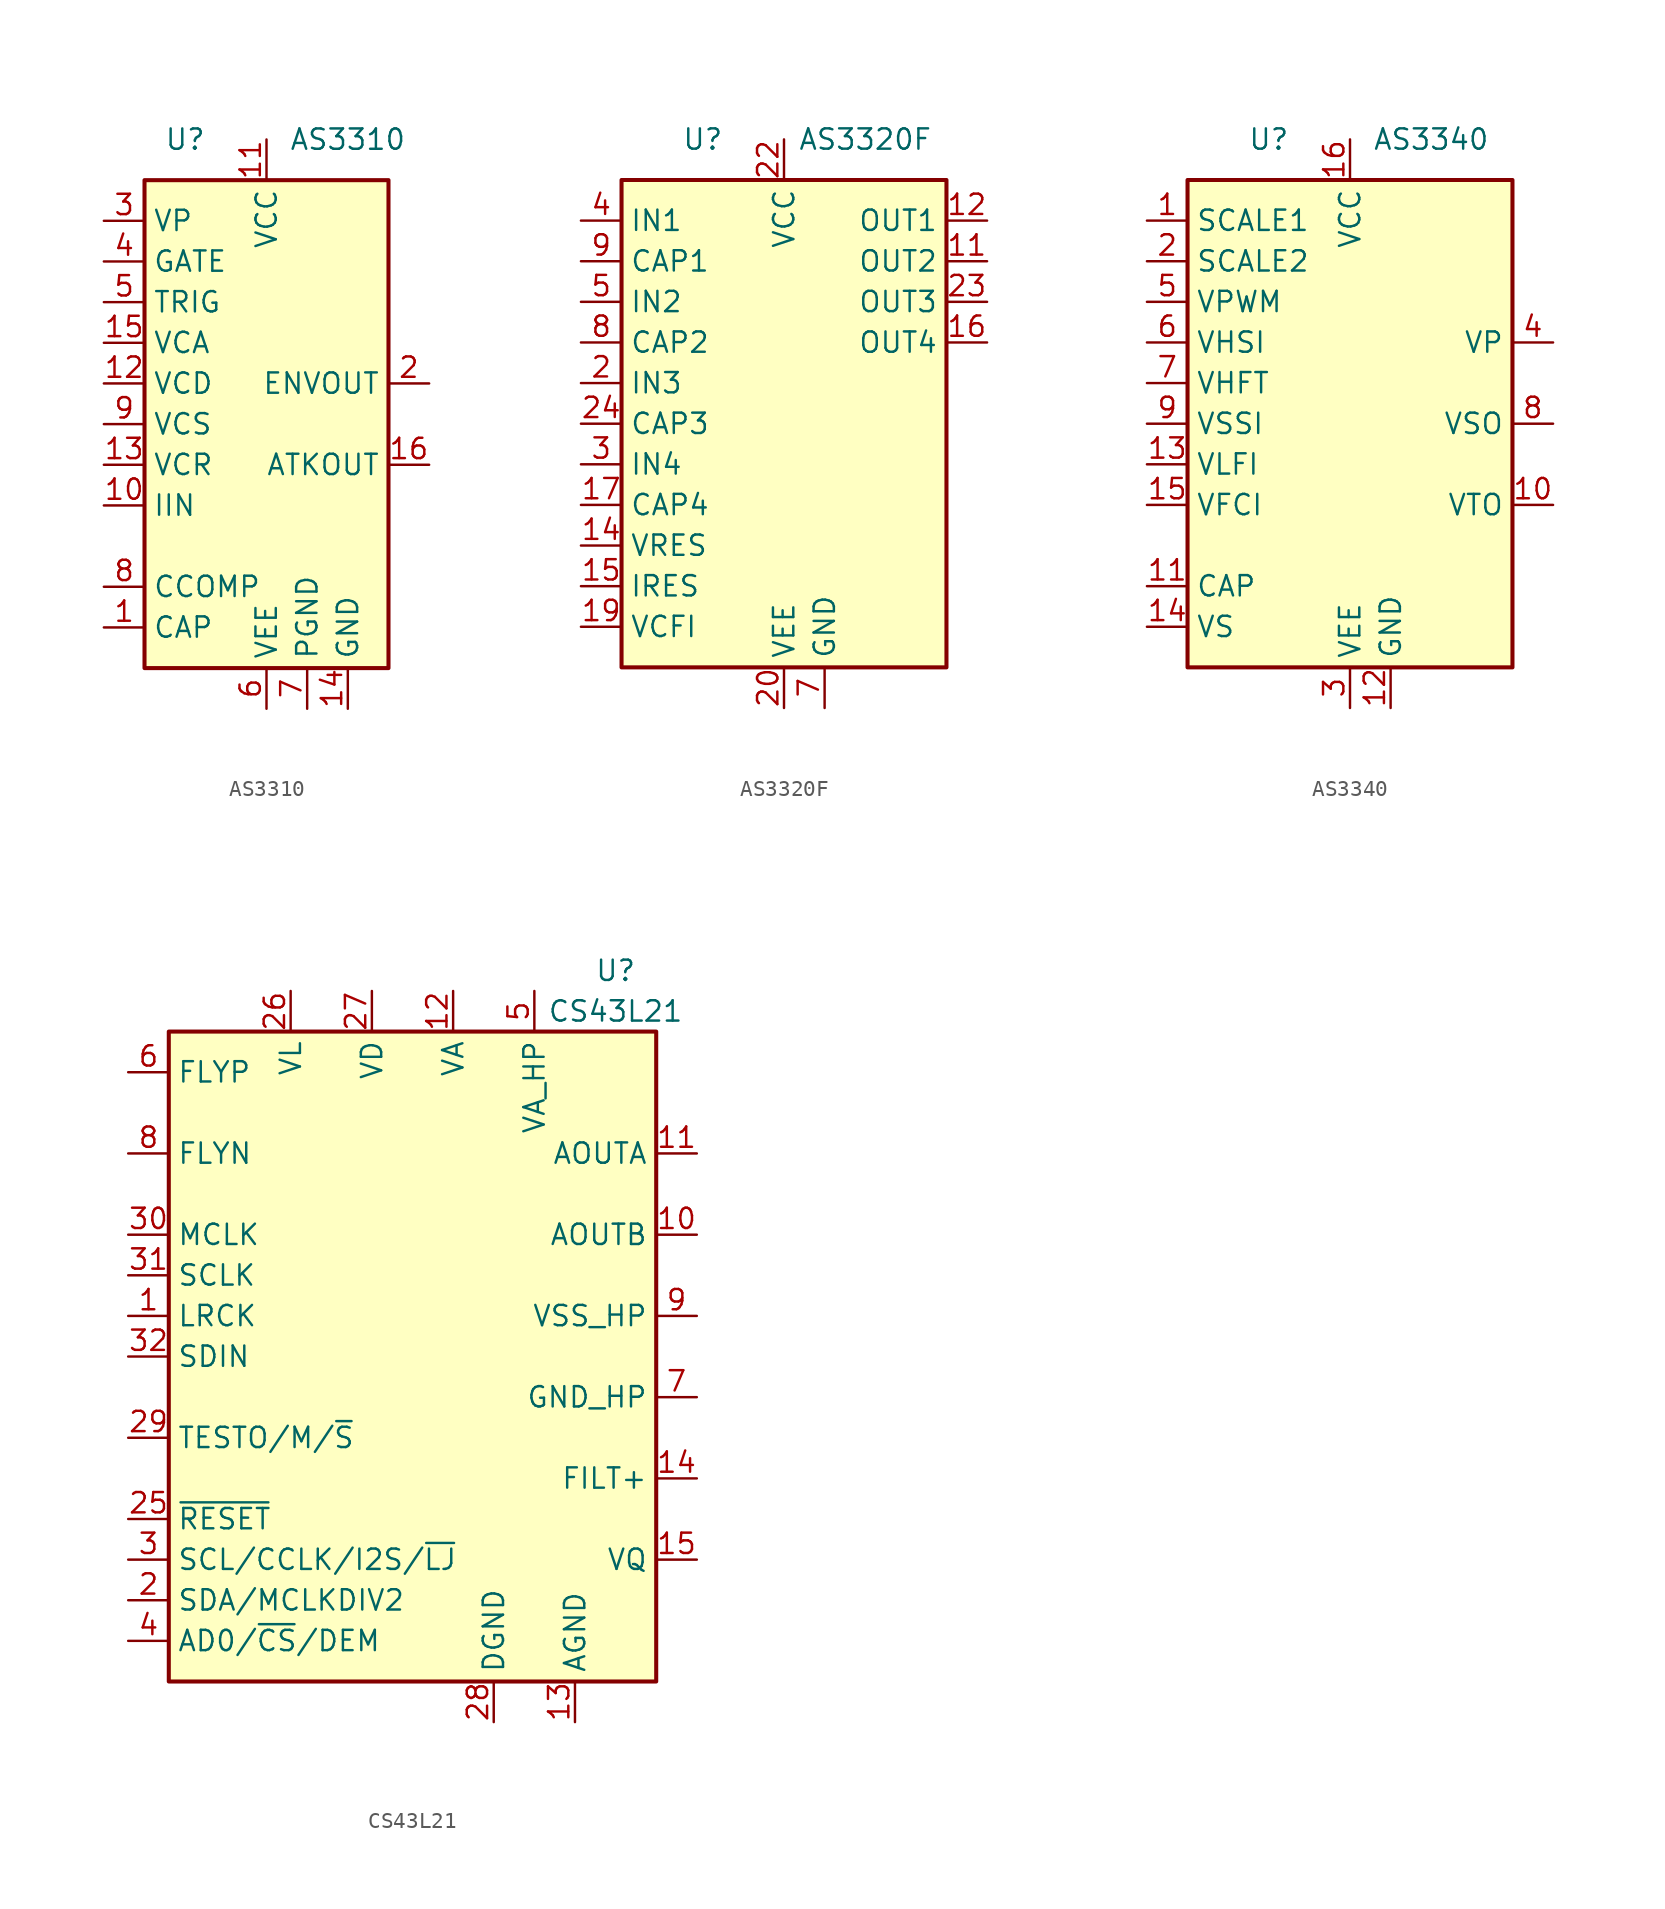
<source format=kicad_sym>
(kicad_symbol_lib
  (version 20231120)
  (generator "kicad_symbol_editor")
  (generator_version "8.0")
  (symbol "AS3310"
    (property "Reference" "U"
      (at -5.08 17.78 0)
      (effects (font (size 1.27 1.27))))
    (property "Value" "AS3310"
      (at 5.08 17.78 0)
      (effects (font (size 1.27 1.27))))
    (symbol "AS3310_0_1"
      (rectangle (start 7.62 -15.24) (end -7.62 15.24) (stroke (width 0.254) (type solid)) (fill (type background))))
    (symbol "AS3310_1_1"
      (pin passive line (at -10.16 -12.7 0) (length 2.54) (name "CAP" (effects (font (size 1.27 1.27)))) (number "1" (effects (font (size 1.27 1.27)))))
      (pin input line (at -10.16 -5.08 0) (length 2.54) (name "IIN" (effects (font (size 1.27 1.27)))) (number "10" (effects (font (size 1.27 1.27)))))
      (pin power_in line (at 0 17.78 270) (length 2.54) (name "VCC" (effects (font (size 1.27 1.27)))) (number "11" (effects (font (size 1.27 1.27)))))
      (pin input line (at -10.16 2.54 0) (length 2.54) (name "VCD" (effects (font (size 1.27 1.27)))) (number "12" (effects (font (size 1.27 1.27)))))
      (pin input line (at -10.16 -2.54 0) (length 2.54) (name "VCR" (effects (font (size 1.27 1.27)))) (number "13" (effects (font (size 1.27 1.27)))))
      (pin power_in line (at 5.08 -17.78 90) (length 2.54) (name "GND" (effects (font (size 1.27 1.27)))) (number "14" (effects (font (size 1.27 1.27)))))
      (pin input line (at -10.16 5.08 0) (length 2.54) (name "VCA" (effects (font (size 1.27 1.27)))) (number "15" (effects (font (size 1.27 1.27)))))
      (pin output line (at 10.16 -2.54 180) (length 2.54) (name "ATKOUT" (effects (font (size 1.27 1.27)))) (number "16" (effects (font (size 1.27 1.27)))))
      (pin output line (at 10.16 2.54 180) (length 2.54) (name "ENVOUT" (effects (font (size 1.27 1.27)))) (number "2" (effects (font (size 1.27 1.27)))))
      (pin input line (at -10.16 12.7 0) (length 2.54) (name "VP" (effects (font (size 1.27 1.27)))) (number "3" (effects (font (size 1.27 1.27)))))
      (pin input line (at -10.16 10.16 0) (length 2.54) (name "GATE" (effects (font (size 1.27 1.27)))) (number "4" (effects (font (size 1.27 1.27)))))
      (pin input line (at -10.16 7.62 0) (length 2.54) (name "TRIG" (effects (font (size 1.27 1.27)))) (number "5" (effects (font (size 1.27 1.27)))))
      (pin power_in line (at 0 -17.78 90) (length 2.54) (name "VEE" (effects (font (size 1.27 1.27)))) (number "6" (effects (font (size 1.27 1.27)))))
      (pin power_in line (at 2.54 -17.78 90) (length 2.54) (name "PGND" (effects (font (size 1.27 1.27)))) (number "7" (effects (font (size 1.27 1.27)))))
      (pin passive line (at -10.16 -10.16 0) (length 2.54) (name "CCOMP" (effects (font (size 1.27 1.27)))) (number "8" (effects (font (size 1.27 1.27)))))
      (pin input line (at -10.16 0 0) (length 2.54) (name "VCS" (effects (font (size 1.27 1.27)))) (number "9" (effects (font (size 1.27 1.27)))))))
  (symbol "AS3320F"
    (property "Reference" "U"
      (at -5.08 17.78 0)
      (effects (font (size 1.27 1.27))))
    (property "Value" "AS3320F"
      (at 5.08 17.78 0)
      (effects (font (size 1.27 1.27))))
    (symbol "AS3320F_0_1"
      (rectangle (start -10.16 15.24) (end 10.16 -15.24) (stroke (width 0.254) (type solid)) (fill (type background))))
    (symbol "AS3320F_1_1"
      (pin no_connect line (at 10.16 0 180) (length 2.54) hide (name "NC" (effects (font (size 1.27 1.27)))) (number "1" (effects (font (size 1.27 1.27)))))
      (pin no_connect line (at 10.16 -5.08 180) (length 2.54) hide (name "NC" (effects (font (size 1.27 1.27)))) (number "10" (effects (font (size 1.27 1.27)))))
      (pin output line (at 12.7 10.16 180) (length 2.54) (name "OUT2" (effects (font (size 1.27 1.27)))) (number "11" (effects (font (size 1.27 1.27)))))
      (pin output line (at 12.7 12.7 180) (length 2.54) (name "OUT1" (effects (font (size 1.27 1.27)))) (number "12" (effects (font (size 1.27 1.27)))))
      (pin no_connect line (at 10.16 -7.62 180) (length 2.54) hide (name "NC" (effects (font (size 1.27 1.27)))) (number "13" (effects (font (size 1.27 1.27)))))
      (pin input line (at -12.7 -7.62 0) (length 2.54) (name "VRES" (effects (font (size 1.27 1.27)))) (number "14" (effects (font (size 1.27 1.27)))))
      (pin input line (at -12.7 -10.16 0) (length 2.54) (name "IRES" (effects (font (size 1.27 1.27)))) (number "15" (effects (font (size 1.27 1.27)))))
      (pin output line (at 12.7 5.08 180) (length 2.54) (name "OUT4" (effects (font (size 1.27 1.27)))) (number "16" (effects (font (size 1.27 1.27)))))
      (pin passive line (at -12.7 -5.08 0) (length 2.54) (name "CAP4" (effects (font (size 1.27 1.27)))) (number "17" (effects (font (size 1.27 1.27)))))
      (pin no_connect line (at 10.16 -10.16 180) (length 2.54) hide (name "NC" (effects (font (size 1.27 1.27)))) (number "18" (effects (font (size 1.27 1.27)))))
      (pin input line (at -12.7 -12.7 0) (length 2.54) (name "VCFI" (effects (font (size 1.27 1.27)))) (number "19" (effects (font (size 1.27 1.27)))))
      (pin input line (at -12.7 2.54 0) (length 2.54) (name "IN3" (effects (font (size 1.27 1.27)))) (number "2" (effects (font (size 1.27 1.27)))))
      (pin power_in line (at 0 -17.78 90) (length 2.54) (name "VEE" (effects (font (size 1.27 1.27)))) (number "20" (effects (font (size 1.27 1.27)))))
      (pin no_connect line (at 10.16 -12.7 180) (length 2.54) hide (name "NC" (effects (font (size 1.27 1.27)))) (number "21" (effects (font (size 1.27 1.27)))))
      (pin power_in line (at 0 17.78 270) (length 2.54) (name "VCC" (effects (font (size 1.27 1.27)))) (number "22" (effects (font (size 1.27 1.27)))))
      (pin output line (at 12.7 7.62 180) (length 2.54) (name "OUT3" (effects (font (size 1.27 1.27)))) (number "23" (effects (font (size 1.27 1.27)))))
      (pin passive line (at -12.7 0 0) (length 2.54) (name "CAP3" (effects (font (size 1.27 1.27)))) (number "24" (effects (font (size 1.27 1.27)))))
      (pin input line (at -12.7 -2.54 0) (length 2.54) (name "IN4" (effects (font (size 1.27 1.27)))) (number "3" (effects (font (size 1.27 1.27)))))
      (pin input line (at -12.7 12.7 0) (length 2.54) (name "IN1" (effects (font (size 1.27 1.27)))) (number "4" (effects (font (size 1.27 1.27)))))
      (pin input line (at -12.7 7.62 0) (length 2.54) (name "IN2" (effects (font (size 1.27 1.27)))) (number "5" (effects (font (size 1.27 1.27)))))
      (pin no_connect line (at 10.16 -2.54 180) (length 2.54) hide (name "NC" (effects (font (size 1.27 1.27)))) (number "6" (effects (font (size 1.27 1.27)))))
      (pin power_in line (at 2.54 -17.78 90) (length 2.54) (name "GND" (effects (font (size 1.27 1.27)))) (number "7" (effects (font (size 1.27 1.27)))))
      (pin passive line (at -12.7 5.08 0) (length 2.54) (name "CAP2" (effects (font (size 1.27 1.27)))) (number "8" (effects (font (size 1.27 1.27)))))
      (pin passive line (at -12.7 10.16 0) (length 2.54) (name "CAP1" (effects (font (size 1.27 1.27)))) (number "9" (effects (font (size 1.27 1.27)))))))
  (symbol "AS3340"
    (property "Reference" "U"
      (at -5.08 17.78 0)
      (effects (font (size 1.27 1.27))))
    (property "Value" "AS3340"
      (at 5.08 17.78 0)
      (effects (font (size 1.27 1.27))))
    (symbol "AS3340_0_1"
      (rectangle (start -10.16 15.24) (end 10.16 -15.24) (stroke (width 0.254) (type solid)) (fill (type background))))
    (symbol "AS3340_1_1"
      (pin input line (at -12.7 12.7 0) (length 2.54) (name "SCALE1" (effects (font (size 1.27 1.27)))) (number "1" (effects (font (size 1.27 1.27)))))
      (pin output line (at 12.7 -5.08 180) (length 2.54) (name "VTO" (effects (font (size 1.27 1.27)))) (number "10" (effects (font (size 1.27 1.27)))))
      (pin passive line (at -12.7 -10.16 0) (length 2.54) (name "CAP" (effects (font (size 1.27 1.27)))) (number "11" (effects (font (size 1.27 1.27)))))
      (pin power_in line (at 2.54 -17.78 90) (length 2.54) (name "GND" (effects (font (size 1.27 1.27)))) (number "12" (effects (font (size 1.27 1.27)))))
      (pin input line (at -12.7 -2.54 0) (length 2.54) (name "VLFI" (effects (font (size 1.27 1.27)))) (number "13" (effects (font (size 1.27 1.27)))))
      (pin passive line (at -12.7 -12.7 0) (length 2.54) (name "VS" (effects (font (size 1.27 1.27)))) (number "14" (effects (font (size 1.27 1.27)))))
      (pin input line (at -12.7 -5.08 0) (length 2.54) (name "VFCI" (effects (font (size 1.27 1.27)))) (number "15" (effects (font (size 1.27 1.27)))))
      (pin power_in line (at 0 17.78 270) (length 2.54) (name "VCC" (effects (font (size 1.27 1.27)))) (number "16" (effects (font (size 1.27 1.27)))))
      (pin input line (at -12.7 10.16 0) (length 2.54) (name "SCALE2" (effects (font (size 1.27 1.27)))) (number "2" (effects (font (size 1.27 1.27)))))
      (pin power_in line (at 0 -17.78 90) (length 2.54) (name "VEE" (effects (font (size 1.27 1.27)))) (number "3" (effects (font (size 1.27 1.27)))))
      (pin output line (at 12.7 5.08 180) (length 2.54) (name "VP" (effects (font (size 1.27 1.27)))) (number "4" (effects (font (size 1.27 1.27)))))
      (pin input line (at -12.7 7.62 0) (length 2.54) (name "VPWM" (effects (font (size 1.27 1.27)))) (number "5" (effects (font (size 1.27 1.27)))))
      (pin input line (at -12.7 5.08 0) (length 2.54) (name "VHSI" (effects (font (size 1.27 1.27)))) (number "6" (effects (font (size 1.27 1.27)))))
      (pin input line (at -12.7 2.54 0) (length 2.54) (name "VHFT" (effects (font (size 1.27 1.27)))) (number "7" (effects (font (size 1.27 1.27)))))
      (pin output line (at 12.7 0 180) (length 2.54) (name "VSO" (effects (font (size 1.27 1.27)))) (number "8" (effects (font (size 1.27 1.27)))))
      (pin input line (at -12.7 0 0) (length 2.54) (name "VSSI" (effects (font (size 1.27 1.27)))) (number "9" (effects (font (size 1.27 1.27)))))))
  (symbol "CS43L21"
    (property "Reference" "U"
      (at 12.7 24.13 0)
      (effects (font (size 1.27 1.27))))
    (property "Value" "CS43L21"
      (at 12.7 21.59 0)
      (effects (font (size 1.27 1.27))))
    (symbol "CS43L21_0_1"
      (rectangle (start -15.24 20.32) (end 15.24 -20.32) (stroke (width 0.254) (type solid)) (fill (type background))))
    (symbol "CS43L21_1_1"
      (pin bidirectional line (at -17.78 2.54 0) (length 2.54) (name "LRCK" (effects (font (size 1.27 1.27)))) (number "1" (effects (font (size 1.27 1.27)))))
      (pin output line (at 17.78 7.62 180) (length 2.54) (name "AOUTB" (effects (font (size 1.27 1.27)))) (number "10" (effects (font (size 1.27 1.27)))))
      (pin output line (at 17.78 12.7 180) (length 2.54) (name "AOUTA" (effects (font (size 1.27 1.27)))) (number "11" (effects (font (size 1.27 1.27)))))
      (pin input line (at 2.54 22.86 270) (length 2.54) (name "VA" (effects (font (size 1.27 1.27)))) (number "12" (effects (font (size 1.27 1.27)))))
      (pin power_in line (at 10.16 -22.86 90) (length 2.54) (name "AGND" (effects (font (size 1.27 1.27)))) (number "13" (effects (font (size 1.27 1.27)))))
      (pin output line (at 17.78 -7.62 180) (length 2.54) (name "FILT+" (effects (font (size 1.27 1.27)))) (number "14" (effects (font (size 1.27 1.27)))))
      (pin output line (at 17.78 -12.7 180) (length 2.54) (name "VQ" (effects (font (size 1.27 1.27)))) (number "15" (effects (font (size 1.27 1.27)))))
      (pin no_connect line (at -12.7 -20.32 90) (length 2.54) hide (name "NIC" (effects (font (size 1.27 1.27)))) (number "16" (effects (font (size 1.27 1.27)))))
      (pin no_connect line (at -10.16 -20.32 90) (length 2.54) hide (name "TSTO" (effects (font (size 1.27 1.27)))) (number "17" (effects (font (size 1.27 1.27)))))
      (pin no_connect line (at -7.62 -20.32 90) (length 2.54) hide (name "TSTO" (effects (font (size 1.27 1.27)))) (number "18" (effects (font (size 1.27 1.27)))))
      (pin no_connect line (at -5.08 -20.32 90) (length 2.54) hide (name "TSTO" (effects (font (size 1.27 1.27)))) (number "19" (effects (font (size 1.27 1.27)))))
      (pin bidirectional line (at -17.78 -15.24 0) (length 2.54) (name "SDA/MCLKDIV2" (effects (font (size 1.27 1.27)))) (number "2" (effects (font (size 1.27 1.27)))))
      (pin no_connect line (at -2.54 -20.32 90) (length 2.54) hide (name "TSTO" (effects (font (size 1.27 1.27)))) (number "20" (effects (font (size 1.27 1.27)))))
      (pin no_connect line (at 0 -20.32 90) (length 2.54) hide (name "TSTO" (effects (font (size 1.27 1.27)))) (number "21" (effects (font (size 1.27 1.27)))))
      (pin no_connect line (at 2.54 -20.32 90) (length 2.54) hide (name "TSTO" (effects (font (size 1.27 1.27)))) (number "22" (effects (font (size 1.27 1.27)))))
      (pin no_connect line (at 7.62 -20.32 90) (length 2.54) hide (name "TSTO" (effects (font (size 1.27 1.27)))) (number "23" (effects (font (size 1.27 1.27)))))
      (pin no_connect line (at 12.7 -20.32 90) (length 2.54) hide (name "TSTO" (effects (font (size 1.27 1.27)))) (number "24" (effects (font (size 1.27 1.27)))))
      (pin input line (at -17.78 -10.16 0) (length 2.54) (name "~{RESET}" (effects (font (size 1.27 1.27)))) (number "25" (effects (font (size 1.27 1.27)))))
      (pin input line (at -7.62 22.86 270) (length 2.54) (name "VL" (effects (font (size 1.27 1.27)))) (number "26" (effects (font (size 1.27 1.27)))))
      (pin power_in line (at -2.54 22.86 270) (length 2.54) (name "VD" (effects (font (size 1.27 1.27)))) (number "27" (effects (font (size 1.27 1.27)))))
      (pin power_in line (at 5.08 -22.86 90) (length 2.54) (name "DGND" (effects (font (size 1.27 1.27)))) (number "28" (effects (font (size 1.27 1.27)))))
      (pin input line (at -17.78 -5.08 0) (length 2.54) (name "TESTO/M/~{S}" (effects (font (size 1.27 1.27)))) (number "29" (effects (font (size 1.27 1.27)))))
      (pin input line (at -17.78 -12.7 0) (length 2.54) (name "SCL/CCLK/I2S/~{LJ}" (effects (font (size 1.27 1.27)))) (number "3" (effects (font (size 1.27 1.27)))))
      (pin input line (at -17.78 7.62 0) (length 2.54) (name "MCLK" (effects (font (size 1.27 1.27)))) (number "30" (effects (font (size 1.27 1.27)))))
      (pin input line (at -17.78 5.08 0) (length 2.54) (name "SCLK" (effects (font (size 1.27 1.27)))) (number "31" (effects (font (size 1.27 1.27)))))
      (pin input line (at -17.78 0 0) (length 2.54) (name "SDIN" (effects (font (size 1.27 1.27)))) (number "32" (effects (font (size 1.27 1.27)))))
      (pin passive line (at 10.16 -22.86 90) (length 2.54) hide (name "AGND" (effects (font (size 1.27 1.27)))) (number "33" (effects (font (size 1.27 1.27)))))
      (pin input line (at -17.78 -17.78 0) (length 2.54) (name "AD0/~{CS}/DEM" (effects (font (size 1.27 1.27)))) (number "4" (effects (font (size 1.27 1.27)))))
      (pin input line (at 7.62 22.86 270) (length 2.54) (name "VA_HP" (effects (font (size 1.27 1.27)))) (number "5" (effects (font (size 1.27 1.27)))))
      (pin input line (at -17.78 17.78 0) (length 2.54) (name "FLYP" (effects (font (size 1.27 1.27)))) (number "6" (effects (font (size 1.27 1.27)))))
      (pin input line (at 17.78 -2.54 180) (length 2.54) (name "GND_HP" (effects (font (size 1.27 1.27)))) (number "7" (effects (font (size 1.27 1.27)))))
      (pin input line (at -17.78 12.7 0) (length 2.54) (name "FLYN" (effects (font (size 1.27 1.27)))) (number "8" (effects (font (size 1.27 1.27)))))
      (pin output line (at 17.78 2.54 180) (length 2.54) (name "VSS_HP" (effects (font (size 1.27 1.27)))) (number "9" (effects (font (size 1.27 1.27))))))))
</source>
